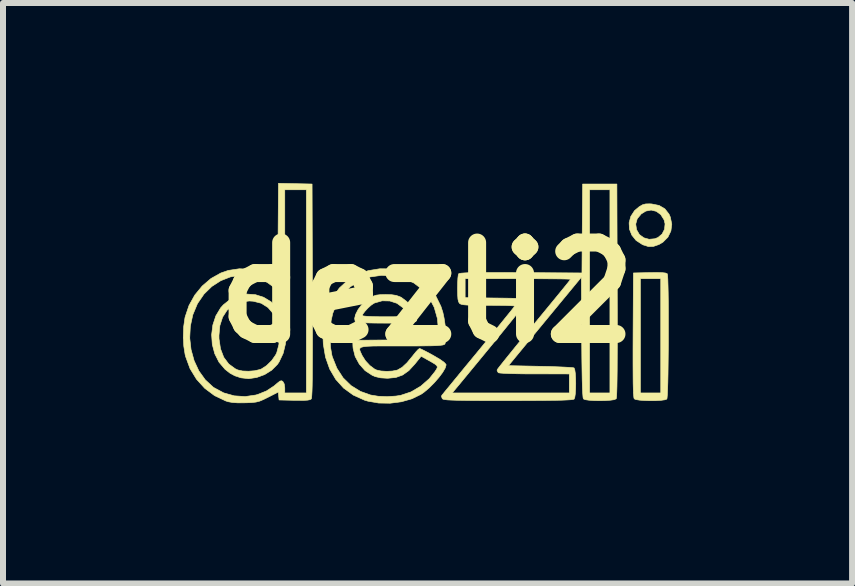
<source format=kicad_pcb>
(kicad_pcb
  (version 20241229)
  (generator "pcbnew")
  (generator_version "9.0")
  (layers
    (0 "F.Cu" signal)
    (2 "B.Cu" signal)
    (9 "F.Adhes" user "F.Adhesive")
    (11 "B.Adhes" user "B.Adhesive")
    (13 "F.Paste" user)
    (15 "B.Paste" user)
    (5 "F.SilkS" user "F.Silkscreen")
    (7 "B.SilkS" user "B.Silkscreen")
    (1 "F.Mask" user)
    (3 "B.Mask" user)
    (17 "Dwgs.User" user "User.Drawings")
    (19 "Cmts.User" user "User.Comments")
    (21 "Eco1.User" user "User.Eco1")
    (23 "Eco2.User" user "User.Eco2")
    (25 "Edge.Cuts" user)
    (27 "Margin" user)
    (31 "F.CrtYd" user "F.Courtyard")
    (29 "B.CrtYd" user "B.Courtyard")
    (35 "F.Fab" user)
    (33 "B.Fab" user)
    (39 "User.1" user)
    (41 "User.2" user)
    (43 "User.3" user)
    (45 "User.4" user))
  (footprint "dezli2"
    (layer "F.Cu")
    (at 4.067 1.827)
    (property "Reference" "dezli2" (at 0 0 0) (layer "F.SilkS") (effects (font (size 1.524 1.524) (thickness 0.3))))
    (attr through_hole)
    (fp_poly (pts (xy 3.744 -1.478) (xy 3.868 -1.453) (xy 3.964 -1.396) (xy 4.033 -1.308) (xy 4.054 -1.26) (xy 4.079 -1.141) (xy 4.064 -1.027) (xy 4.014 -0.924) (xy 3.931 -0.841) (xy 3.865 -0.802) (xy 3.772 -0.77) (xy 3.69 -0.768) (xy 3.601 -0.796) (xy 3.588 -0.802) (xy 3.484 -0.87) (xy 3.413 -0.958) (xy 3.373 -1.059) (xy 3.369 -1.143) (xy 3.478 -1.143) (xy 3.492 -1.049) (xy 3.539 -0.968) (xy 3.612 -0.914) (xy 3.701 -0.889) (xy 3.796 -0.898) (xy 3.849 -0.919) (xy 3.917 -0.976) (xy 3.958 -1.056) (xy 3.967 -1.146) (xy 3.951 -1.212) (xy 3.896 -1.3) (xy 3.821 -1.355) (xy 3.735 -1.376) (xy 3.646 -1.359) (xy 3.569 -1.311) (xy 3.503 -1.231) (xy 3.478 -1.143) (xy 3.369 -1.143) (xy 3.368 -1.166) (xy 3.396 -1.27) (xy 3.458 -1.366) (xy 3.535 -1.431) (xy 3.591 -1.464) (xy 3.642 -1.478) (xy 3.709 -1.48) (xy 3.744 -1.478)) (stroke (width 0.01) (type solid)) (fill yes) (layer "F.SilkS"))
    (fp_poly (pts (xy 3.92 -0.333) (xy 3.973 -0.327) (xy 4 -0.317) (xy 4.004 -0.313) (xy 4.009 -0.284) (xy 4.013 -0.219) (xy 4.016 -0.122) (xy 4.019 0.002) (xy 4.021 0.148) (xy 4.022 0.311) (xy 4.022 0.486) (xy 4.022 0.667) (xy 4.022 0.85) (xy 4.02 1.03) (xy 4.018 1.202) (xy 4.016 1.36) (xy 4.013 1.5) (xy 4.009 1.616) (xy 4.005 1.704) (xy 4 1.758) (xy 3.996 1.774) (xy 3.963 1.786) (xy 3.898 1.795) (xy 3.814 1.8) (xy 3.719 1.801) (xy 3.625 1.798) (xy 3.542 1.792) (xy 3.481 1.782) (xy 3.453 1.77) (xy 3.447 1.749) (xy 3.442 1.7) (xy 3.438 1.621) (xy 3.435 1.51) (xy 3.434 1.365) (xy 3.433 1.183) (xy 3.433 0.963) (xy 3.434 0.707) (xy 3.439 -0.233) (xy 3.556 -0.233) (xy 3.556 1.672) (xy 3.895 1.672) (xy 3.895 -0.233) (xy 3.556 -0.233) (xy 3.439 -0.233) (xy 3.44 -0.328) (xy 3.713 -0.334) (xy 3.835 -0.335) (xy 3.92 -0.333)) (stroke (width 0.01) (type solid)) (fill yes) (layer "F.SilkS"))
    (fp_poly (pts (xy -0.688 0.032) (xy -0.588 0.035) (xy -0.515 0.046) (xy -0.453 0.068) (xy -0.428 0.08) (xy -0.338 0.148) (xy -0.257 0.242) (xy -0.198 0.349) (xy -0.19 0.373) (xy -0.177 0.414) (xy -0.171 0.446) (xy -0.176 0.47) (xy -0.198 0.486) (xy -0.241 0.497) (xy -0.308 0.504) (xy -0.405 0.507) (xy -0.536 0.508) (xy -0.686 0.508) (xy -0.87 0.507) (xy -1.014 0.504) (xy -1.117 0.499) (xy -1.178 0.492) (xy -1.197 0.485) (xy -1.207 0.431) (xy -1.195 0.382) (xy -1.079 0.382) (xy -1.059 0.389) (xy -1.001 0.395) (xy -0.908 0.399) (xy -0.786 0.402) (xy -0.699 0.402) (xy -0.562 0.402) (xy -0.462 0.4) (xy -0.393 0.397) (xy -0.35 0.392) (xy -0.327 0.385) (xy -0.318 0.374) (xy -0.318 0.368) (xy -0.332 0.334) (xy -0.368 0.286) (xy -0.398 0.254) (xy -0.501 0.178) (xy -0.62 0.139) (xy -0.747 0.136) (xy -0.87 0.171) (xy -0.888 0.179) (xy -0.934 0.211) (xy -0.986 0.258) (xy -1.034 0.31) (xy -1.069 0.356) (xy -1.079 0.382) (xy -1.195 0.382) (xy -1.189 0.36) (xy -1.148 0.28) (xy -1.088 0.201) (xy -1.015 0.131) (xy -0.959 0.091) (xy -0.9 0.06) (xy -0.846 0.042) (xy -0.781 0.034) (xy -0.69 0.032) (xy -0.688 0.032)) (stroke (width 0.01) (type solid)) (fill yes) (layer "F.SilkS"))
    (fp_poly (pts (xy -2.86 0.034) (xy -2.724 0.077) (xy -2.6 0.152) (xy -2.494 0.257) (xy -2.421 0.374) (xy -2.37 0.522) (xy -2.35 0.685) (xy -2.359 0.852) (xy -2.398 1.012) (xy -2.465 1.154) (xy -2.494 1.197) (xy -2.589 1.292) (xy -2.707 1.366) (xy -2.839 1.414) (xy -2.973 1.434) (xy -3.099 1.42) (xy -3.101 1.42) (xy -3.203 1.386) (xy -3.283 1.343) (xy -3.362 1.281) (xy -3.366 1.278) (xy -3.467 1.159) (xy -3.538 1.018) (xy -3.579 0.863) (xy -3.589 0.715) (xy -3.468 0.715) (xy -3.467 0.77) (xy -3.442 0.937) (xy -3.388 1.078) (xy -3.305 1.189) (xy -3.196 1.269) (xy -3.153 1.289) (xy -3.075 1.306) (xy -2.975 1.31) (xy -2.872 1.302) (xy -2.783 1.281) (xy -2.762 1.273) (xy -2.674 1.216) (xy -2.59 1.134) (xy -2.524 1.04) (xy -2.505 1.002) (xy -2.469 0.866) (xy -2.46 0.714) (xy -2.48 0.561) (xy -2.525 0.421) (xy -2.56 0.354) (xy -2.651 0.248) (xy -2.763 0.177) (xy -2.897 0.143) (xy -2.962 0.139) (xy -3.108 0.157) (xy -3.233 0.21) (xy -3.333 0.294) (xy -3.407 0.408) (xy -3.453 0.55) (xy -3.468 0.715) (xy -3.589 0.715) (xy -3.59 0.701) (xy -3.57 0.54) (xy -3.52 0.388) (xy -3.439 0.253) (xy -3.395 0.204) (xy -3.275 0.108) (xy -3.142 0.048) (xy -3.002 0.024) (xy -2.86 0.034)) (stroke (width 0.01) (type solid)) (fill yes) (layer "F.SilkS"))
    (fp_poly (pts (xy -1.916 -1.81) (xy -1.91 -0.034) (xy -1.909 0.305) (xy -1.909 0.603) (xy -1.909 0.863) (xy -1.91 1.086) (xy -1.911 1.274) (xy -1.912 1.429) (xy -1.914 1.553) (xy -1.917 1.647) (xy -1.921 1.714) (xy -1.925 1.754) (xy -1.929 1.771) (xy -1.95 1.784) (xy -1.991 1.792) (xy -2.06 1.796) (xy -2.161 1.795) (xy -2.21 1.795) (xy -2.466 1.789) (xy -2.479 1.657) (xy -2.648 1.743) (xy -2.729 1.783) (xy -2.791 1.809) (xy -2.851 1.824) (xy -2.921 1.832) (xy -3.018 1.836) (xy -3.033 1.836) (xy -3.152 1.837) (xy -3.242 1.831) (xy -3.314 1.818) (xy -3.355 1.805) (xy -3.542 1.716) (xy -3.705 1.594) (xy -3.842 1.443) (xy -3.95 1.266) (xy -4.023 1.067) (xy -4.032 1.032) (xy -4.054 0.892) (xy -4.061 0.756) (xy -3.955 0.756) (xy -3.933 0.949) (xy -3.882 1.134) (xy -3.803 1.304) (xy -3.696 1.453) (xy -3.565 1.574) (xy -3.547 1.586) (xy -3.388 1.671) (xy -3.213 1.72) (xy -3.031 1.732) (xy -2.852 1.706) (xy -2.819 1.696) (xy -2.675 1.638) (xy -2.548 1.554) (xy -2.493 1.507) (xy -2.451 1.474) (xy -2.423 1.469) (xy -2.403 1.481) (xy -2.38 1.522) (xy -2.371 1.586) (xy -2.371 1.59) (xy -2.371 1.672) (xy -2.011 1.672) (xy -2.011 -1.714) (xy -2.371 -1.714) (xy -2.371 -0.867) (xy -2.371 -0.652) (xy -2.371 -0.476) (xy -2.373 -0.334) (xy -2.375 -0.223) (xy -2.377 -0.14) (xy -2.381 -0.081) (xy -2.386 -0.042) (xy -2.392 -0.019) (xy -2.4 -0.009) (xy -2.402 -0.008) (xy -2.434 -0.014) (xy -2.488 -0.044) (xy -2.555 -0.091) (xy -2.652 -0.162) (xy -2.732 -0.211) (xy -2.811 -0.244) (xy -2.901 -0.268) (xy -2.936 -0.276) (xy -3.107 -0.289) (xy -3.277 -0.262) (xy -3.438 -0.199) (xy -3.587 -0.103) (xy -3.717 0.024) (xy -3.823 0.179) (xy -3.829 0.19) (xy -3.904 0.37) (xy -3.945 0.561) (xy -3.955 0.756) (xy -4.061 0.756) (xy -4.062 0.73) (xy -4.056 0.568) (xy -4.035 0.422) (xy -4.031 0.404) (xy -3.967 0.214) (xy -3.871 0.041) (xy -3.747 -0.11) (xy -3.601 -0.235) (xy -3.437 -0.327) (xy -3.313 -0.37) (xy -3.126 -0.398) (xy -2.939 -0.389) (xy -2.759 -0.343) (xy -2.596 -0.263) (xy -2.582 -0.255) (xy -2.487 -0.191) (xy -2.482 -1.006) (xy -2.476 -1.822) (xy -1.916 -1.81)) (stroke (width 0.01) (type solid)) (fill yes) (layer "F.SilkS"))
    (fp_poly (pts (xy -0.589 -0.396) (xy -0.396 -0.361) (xy -0.233 -0.301) (xy -0.089 -0.211) (xy 0.041 -0.088) (xy 0.149 0.061) (xy 0.231 0.228) (xy 0.264 0.33) (xy 0.284 0.424) (xy 0.3 0.529) (xy 0.31 0.634) (xy 0.313 0.729) (xy 0.31 0.805) (xy 0.3 0.851) (xy 0.297 0.857) (xy 0.284 0.866) (xy 0.261 0.873) (xy 0.222 0.878) (xy 0.164 0.883) (xy 0.083 0.886) (xy -0.027 0.887) (xy -0.169 0.889) (xy -0.348 0.889) (xy -0.426 0.889) (xy -0.622 0.889) (xy -0.779 0.889) (xy -0.901 0.89) (xy -0.993 0.894) (xy -1.057 0.901) (xy -1.097 0.911) (xy -1.118 0.927) (xy -1.123 0.948) (xy -1.115 0.976) (xy -1.099 1.011) (xy -1.082 1.048) (xy -1.027 1.135) (xy -0.953 1.215) (xy -0.874 1.274) (xy -0.84 1.29) (xy -0.767 1.306) (xy -0.673 1.312) (xy -0.577 1.307) (xy -0.501 1.292) (xy -0.494 1.29) (xy -0.417 1.246) (xy -0.333 1.168) (xy -0.238 1.053) (xy -0.23 1.042) (xy -0.184 0.986) (xy -0.146 0.945) (xy -0.124 0.931) (xy -0.098 0.941) (xy -0.043 0.968) (xy 0.032 1.007) (xy 0.108 1.049) (xy 0.215 1.112) (xy 0.283 1.16) (xy 0.315 1.195) (xy 0.318 1.204) (xy 0.302 1.258) (xy 0.26 1.33) (xy 0.197 1.414) (xy 0.121 1.501) (xy 0.038 1.585) (xy -0.047 1.657) (xy -0.101 1.695) (xy -0.252 1.769) (xy -0.428 1.819) (xy -0.616 1.843) (xy -0.806 1.84) (xy -0.985 1.809) (xy -1.042 1.792) (xy -1.23 1.707) (xy -1.39 1.591) (xy -1.521 1.446) (xy -1.622 1.274) (xy -1.692 1.076) (xy -1.729 0.856) (xy -1.733 0.764) (xy -1.617 0.764) (xy -1.608 0.914) (xy -1.586 1.042) (xy -1.579 1.069) (xy -1.503 1.259) (xy -1.399 1.42) (xy -1.267 1.549) (xy -1.11 1.646) (xy -0.942 1.706) (xy -0.813 1.727) (xy -0.665 1.733) (xy -0.519 1.724) (xy -0.44 1.712) (xy -0.268 1.655) (xy -0.106 1.56) (xy 0.037 1.435) (xy 0.129 1.32) (xy 0.159 1.275) (xy 0.172 1.244) (xy 0.164 1.218) (xy 0.13 1.19) (xy 0.067 1.152) (xy 0.02 1.126) (xy -0.098 1.06) (xy -0.203 1.19) (xy -0.304 1.3) (xy -0.407 1.373) (xy -0.52 1.414) (xy -0.653 1.427) (xy -0.665 1.427) (xy -0.775 1.42) (xy -0.864 1.399) (xy -0.915 1.377) (xy -1.033 1.299) (xy -1.129 1.191) (xy -1.198 1.064) (xy -1.232 0.928) (xy -1.235 0.892) (xy -1.238 0.794) (xy -0.524 0.788) (xy 0.191 0.783) (xy 0.191 0.639) (xy 0.173 0.432) (xy 0.12 0.246) (xy 0.035 0.083) (xy -0.079 -0.054) (xy -0.222 -0.162) (xy -0.391 -0.238) (xy -0.556 -0.277) (xy -0.76 -0.288) (xy -0.951 -0.261) (xy -1.124 -0.197) (xy -1.278 -0.098) (xy -1.407 0.034) (xy -1.511 0.196) (xy -1.571 0.344) (xy -1.598 0.464) (xy -1.613 0.609) (xy -1.617 0.764) (xy -1.733 0.764) (xy -1.735 0.72) (xy -1.717 0.49) (xy -1.665 0.279) (xy -1.579 0.089) (xy -1.462 -0.076) (xy -1.314 -0.212) (xy -1.157 -0.305) (xy -0.978 -0.367) (xy -0.786 -0.398) (xy -0.589 -0.396)) (stroke (width 0.01) (type solid)) (fill yes) (layer "F.SilkS"))
    (fp_poly (pts (xy 3.17 -0.034) (xy 3.171 0.309) (xy 3.171 0.61) (xy 3.171 0.873) (xy 3.17 1.099) (xy 3.169 1.289) (xy 3.167 1.445) (xy 3.165 1.568) (xy 3.162 1.661) (xy 3.159 1.724) (xy 3.155 1.761) (xy 3.151 1.77) (xy 3.119 1.784) (xy 3.056 1.793) (xy 2.971 1.799) (xy 2.876 1.801) (xy 2.782 1.799) (xy 2.698 1.793) (xy 2.636 1.784) (xy 2.606 1.771) (xy 2.6 1.746) (xy 2.595 1.688) (xy 2.59 1.594) (xy 2.586 1.464) (xy 2.583 1.297) (xy 2.58 1.09) (xy 2.578 0.842) (xy 2.577 0.743) (xy 2.572 -0.257) (xy 1.964 0.48) (xy 1.357 1.217) (xy 1.89 1.228) (xy 2.037 1.231) (xy 2.171 1.236) (xy 2.285 1.241) (xy 2.374 1.246) (xy 2.431 1.251) (xy 2.45 1.255) (xy 2.462 1.284) (xy 2.471 1.344) (xy 2.476 1.424) (xy 2.478 1.516) (xy 2.476 1.607) (xy 2.471 1.688) (xy 2.462 1.747) (xy 2.451 1.774) (xy 2.434 1.78) (xy 2.394 1.785) (xy 2.329 1.789) (xy 2.236 1.793) (xy 2.113 1.795) (xy 1.957 1.797) (xy 1.765 1.798) (xy 1.536 1.799) (xy 1.353 1.799) (xy 1.109 1.799) (xy 0.904 1.799) (xy 0.734 1.798) (xy 0.596 1.796) (xy 0.488 1.794) (xy 0.404 1.791) (xy 0.343 1.788) (xy 0.301 1.783) (xy 0.274 1.778) (xy 0.258 1.771) (xy 0.254 1.767) (xy 0.24 1.728) (xy 0.248 1.709) (xy 0.266 1.688) (xy 0.279 1.672) (xy 0.42 1.672) (xy 2.371 1.672) (xy 2.371 1.355) (xy 1.794 1.354) (xy 1.641 1.354) (xy 1.501 1.352) (xy 1.38 1.349) (xy 1.283 1.345) (xy 1.217 1.34) (xy 1.188 1.335) (xy 1.188 1.335) (xy 1.168 1.302) (xy 1.17 1.284) (xy 1.186 1.261) (xy 1.226 1.21) (xy 1.288 1.132) (xy 1.368 1.033) (xy 1.464 0.914) (xy 1.573 0.78) (xy 1.693 0.635) (xy 1.787 0.52) (xy 1.912 0.368) (xy 2.028 0.227) (xy 2.133 0.099) (xy 2.224 -0.012) (xy 2.298 -0.103) (xy 2.352 -0.17) (xy 2.384 -0.211) (xy 2.392 -0.222) (xy 2.371 -0.225) (xy 2.313 -0.227) (xy 2.221 -0.229) (xy 2.1 -0.23) (xy 1.954 -0.231) (xy 1.788 -0.232) (xy 1.606 -0.233) (xy 1.513 -0.233) (xy 0.635 -0.233) (xy 0.635 0.084) (xy 1.138 0.09) (xy 1.296 0.092) (xy 1.417 0.094) (xy 1.506 0.096) (xy 1.568 0.1) (xy 1.608 0.105) (xy 1.631 0.113) (xy 1.642 0.123) (xy 1.646 0.136) (xy 1.646 0.138) (xy 1.645 0.148) (xy 1.638 0.164) (xy 1.624 0.188) (xy 1.602 0.221) (xy 1.568 0.267) (xy 1.523 0.326) (xy 1.463 0.401) (xy 1.388 0.494) (xy 1.296 0.608) (xy 1.185 0.744) (xy 1.053 0.905) (xy 0.899 1.092) (xy 0.722 1.307) (xy 0.547 1.519) (xy 0.42 1.672) (xy 0.279 1.672) (xy 0.307 1.637) (xy 0.37 1.561) (xy 0.451 1.462) (xy 0.548 1.344) (xy 0.657 1.211) (xy 0.777 1.066) (xy 0.865 0.959) (xy 0.989 0.808) (xy 1.104 0.668) (xy 1.207 0.541) (xy 1.297 0.43) (xy 1.37 0.34) (xy 1.423 0.274) (xy 1.454 0.234) (xy 1.46 0.224) (xy 1.44 0.22) (xy 1.384 0.217) (xy 1.298 0.214) (xy 1.188 0.213) (xy 1.06 0.212) (xy 1.018 0.212) (xy 0.866 0.211) (xy 0.751 0.21) (xy 0.667 0.207) (xy 0.609 0.202) (xy 0.572 0.195) (xy 0.549 0.185) (xy 0.541 0.178) (xy 0.525 0.152) (xy 0.515 0.108) (xy 0.51 0.036) (xy 0.508 -0.069) (xy 0.508 -0.07) (xy 0.51 -0.164) (xy 0.514 -0.242) (xy 0.521 -0.296) (xy 0.526 -0.313) (xy 0.538 -0.319) (xy 0.568 -0.324) (xy 0.619 -0.328) (xy 0.693 -0.332) (xy 0.794 -0.334) (xy 0.925 -0.335) (xy 1.089 -0.335) (xy 1.289 -0.335) (xy 1.528 -0.334) (xy 1.562 -0.334) (xy 2.582 -0.328) (xy 2.587 -1.069) (xy 2.592 -1.714) (xy 2.709 -1.714) (xy 2.709 1.672) (xy 3.048 1.672) (xy 3.048 -1.714) (xy 2.709 -1.714) (xy 2.592 -1.714) (xy 2.593 -1.81) (xy 3.164 -1.81) (xy 3.17 -0.034)) (stroke (width 0.01) (type solid)) (fill yes) (layer "F.SilkS")))
  (gr_rect
    (start -3 -3)
    (end 11.151 6.674)
    (stroke (width 0.1) (type default))
    (fill no)
    (layer "Edge.Cuts")))
</source>
